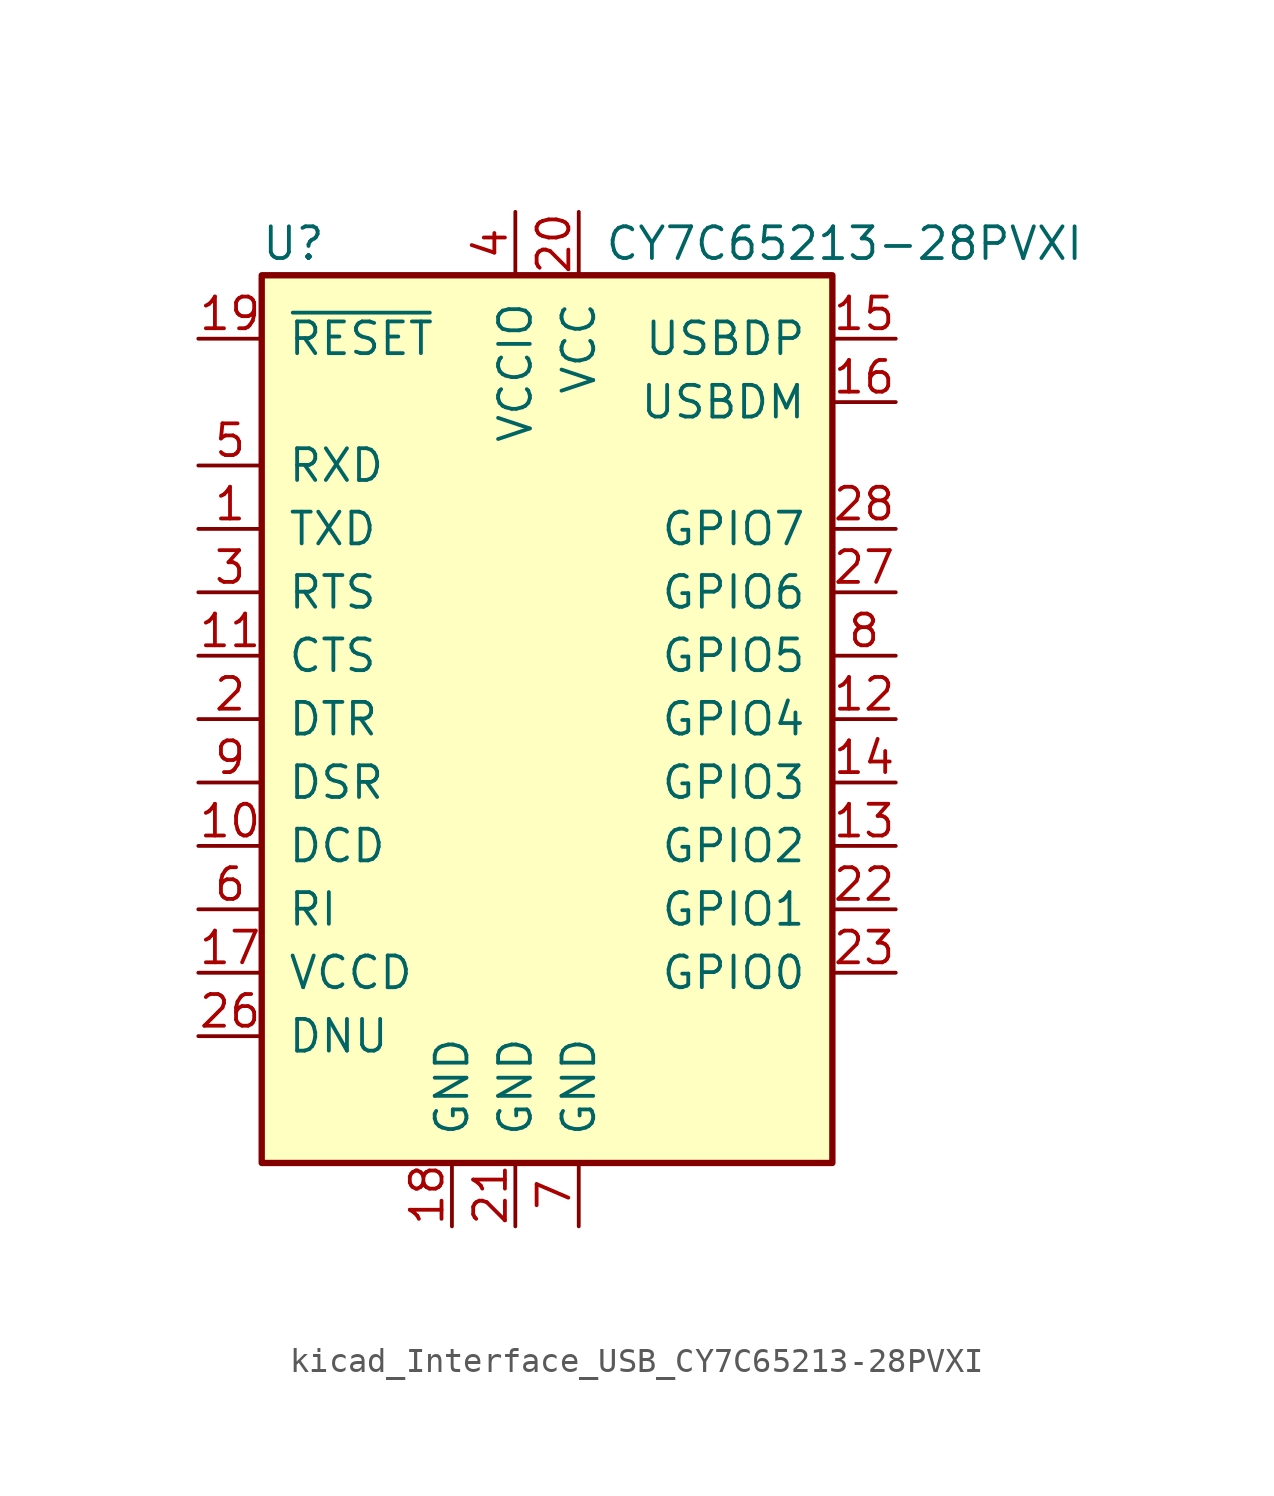
<source format=kicad_sym>
(kicad_symbol_lib
  (version 20220914)
  (generator kicad_symbol_editor)
  (symbol "kicad_Interface_USB_CY7C65213-28PVXI"
    (pin_names
      (offset 1.016))
    (property "Reference" "U"
      (at -8.89 19.05 0)
      (effects (font (size 1.27 1.27))))
    (property "Value" "CY7C65213-28PVXI"
      (at 3.556 19.05 0)
      (effects (font (size 1.27 1.27)) (justify left)))
    (symbol "kicad_Interface_USB_CY7C65213-28PVXI_0_1"
      (rectangle (start -10.16 17.78) (end 12.7 -17.78) (stroke (width 0.254) (type default)) (fill (type background))))
    (symbol "kicad_Interface_USB_CY7C65213-28PVXI_1_1"
      (pin output line (at -12.7 7.62 0) (length 2.54) (name "TXD" (effects (font (size 1.27 1.27)))) (number "1" (effects (font (size 1.27 1.27)))))
      (pin input line (at -12.7 -5.08 0) (length 2.54) (name "DCD" (effects (font (size 1.27 1.27)))) (number "10" (effects (font (size 1.27 1.27)))))
      (pin input line (at -12.7 2.54 0) (length 2.54) (name "CTS" (effects (font (size 1.27 1.27)))) (number "11" (effects (font (size 1.27 1.27)))))
      (pin bidirectional line (at 15.24 0 180) (length 2.54) (name "GPIO4" (effects (font (size 1.27 1.27)))) (number "12" (effects (font (size 1.27 1.27)))))
      (pin tri_state line (at 15.24 -5.08 180) (length 2.54) (name "GPIO2" (effects (font (size 1.27 1.27)))) (number "13" (effects (font (size 1.27 1.27)))))
      (pin bidirectional line (at 15.24 -2.54 180) (length 2.54) (name "GPIO3" (effects (font (size 1.27 1.27)))) (number "14" (effects (font (size 1.27 1.27)))))
      (pin bidirectional line (at 15.24 15.24 180) (length 2.54) (name "USBDP" (effects (font (size 1.27 1.27)))) (number "15" (effects (font (size 1.27 1.27)))))
      (pin bidirectional line (at 15.24 12.7 180) (length 2.54) (name "USBDM" (effects (font (size 1.27 1.27)))) (number "16" (effects (font (size 1.27 1.27)))))
      (pin passive line (at -12.7 -10.16 0) (length 2.54) (name "VCCD" (effects (font (size 1.27 1.27)))) (number "17" (effects (font (size 1.27 1.27)))))
      (pin power_in line (at -2.54 -20.32 90) (length 2.54) (name "GND" (effects (font (size 1.27 1.27)))) (number "18" (effects (font (size 1.27 1.27)))))
      (pin bidirectional line (at -12.7 15.24 0) (length 2.54) (name "~{RESET}" (effects (font (size 1.27 1.27)))) (number "19" (effects (font (size 1.27 1.27)))))
      (pin output line (at -12.7 0 0) (length 2.54) (name "DTR" (effects (font (size 1.27 1.27)))) (number "2" (effects (font (size 1.27 1.27)))))
      (pin power_in line (at 2.54 20.32 270) (length 2.54) (name "VCC" (effects (font (size 1.27 1.27)))) (number "20" (effects (font (size 1.27 1.27)))))
      (pin power_in line (at 0 -20.32 90) (length 2.54) (name "GND" (effects (font (size 1.27 1.27)))) (number "21" (effects (font (size 1.27 1.27)))))
      (pin bidirectional line (at 15.24 -7.62 180) (length 2.54) (name "GPIO1" (effects (font (size 1.27 1.27)))) (number "22" (effects (font (size 1.27 1.27)))))
      (pin bidirectional line (at 15.24 -10.16 180) (length 2.54) (name "GPIO0" (effects (font (size 1.27 1.27)))) (number "23" (effects (font (size 1.27 1.27)))))
      (pin no_connect line (at 12.7 -15.24 180) (length 2.54) hide (name "NC" (effects (font (size 1.27 1.27)))) (number "24" (effects (font (size 1.27 1.27)))))
      (pin no_connect line (at 12.7 -12.7 180) (length 2.54) hide (name "NC" (effects (font (size 1.27 1.27)))) (number "25" (effects (font (size 1.27 1.27)))))
      (pin passive line (at -12.7 -12.7 0) (length 2.54) (name "DNU" (effects (font (size 1.27 1.27)))) (number "26" (effects (font (size 1.27 1.27)))))
      (pin tri_state line (at 15.24 5.08 180) (length 2.54) (name "GPIO6" (effects (font (size 1.27 1.27)))) (number "27" (effects (font (size 1.27 1.27)))))
      (pin tri_state line (at 15.24 7.62 180) (length 2.54) (name "GPIO7" (effects (font (size 1.27 1.27)))) (number "28" (effects (font (size 1.27 1.27)))))
      (pin output line (at -12.7 5.08 0) (length 2.54) (name "RTS" (effects (font (size 1.27 1.27)))) (number "3" (effects (font (size 1.27 1.27)))))
      (pin power_in line (at 0 20.32 270) (length 2.54) (name "VCCIO" (effects (font (size 1.27 1.27)))) (number "4" (effects (font (size 1.27 1.27)))))
      (pin input line (at -12.7 10.16 0) (length 2.54) (name "RXD" (effects (font (size 1.27 1.27)))) (number "5" (effects (font (size 1.27 1.27)))))
      (pin input line (at -12.7 -7.62 0) (length 2.54) (name "RI" (effects (font (size 1.27 1.27)))) (number "6" (effects (font (size 1.27 1.27)))))
      (pin power_in line (at 2.54 -20.32 90) (length 2.54) (name "GND" (effects (font (size 1.27 1.27)))) (number "7" (effects (font (size 1.27 1.27)))))
      (pin tri_state line (at 15.24 2.54 180) (length 2.54) (name "GPIO5" (effects (font (size 1.27 1.27)))) (number "8" (effects (font (size 1.27 1.27)))))
      (pin input line (at -12.7 -2.54 0) (length 2.54) (name "DSR" (effects (font (size 1.27 1.27)))) (number "9" (effects (font (size 1.27 1.27))))))))
</source>
